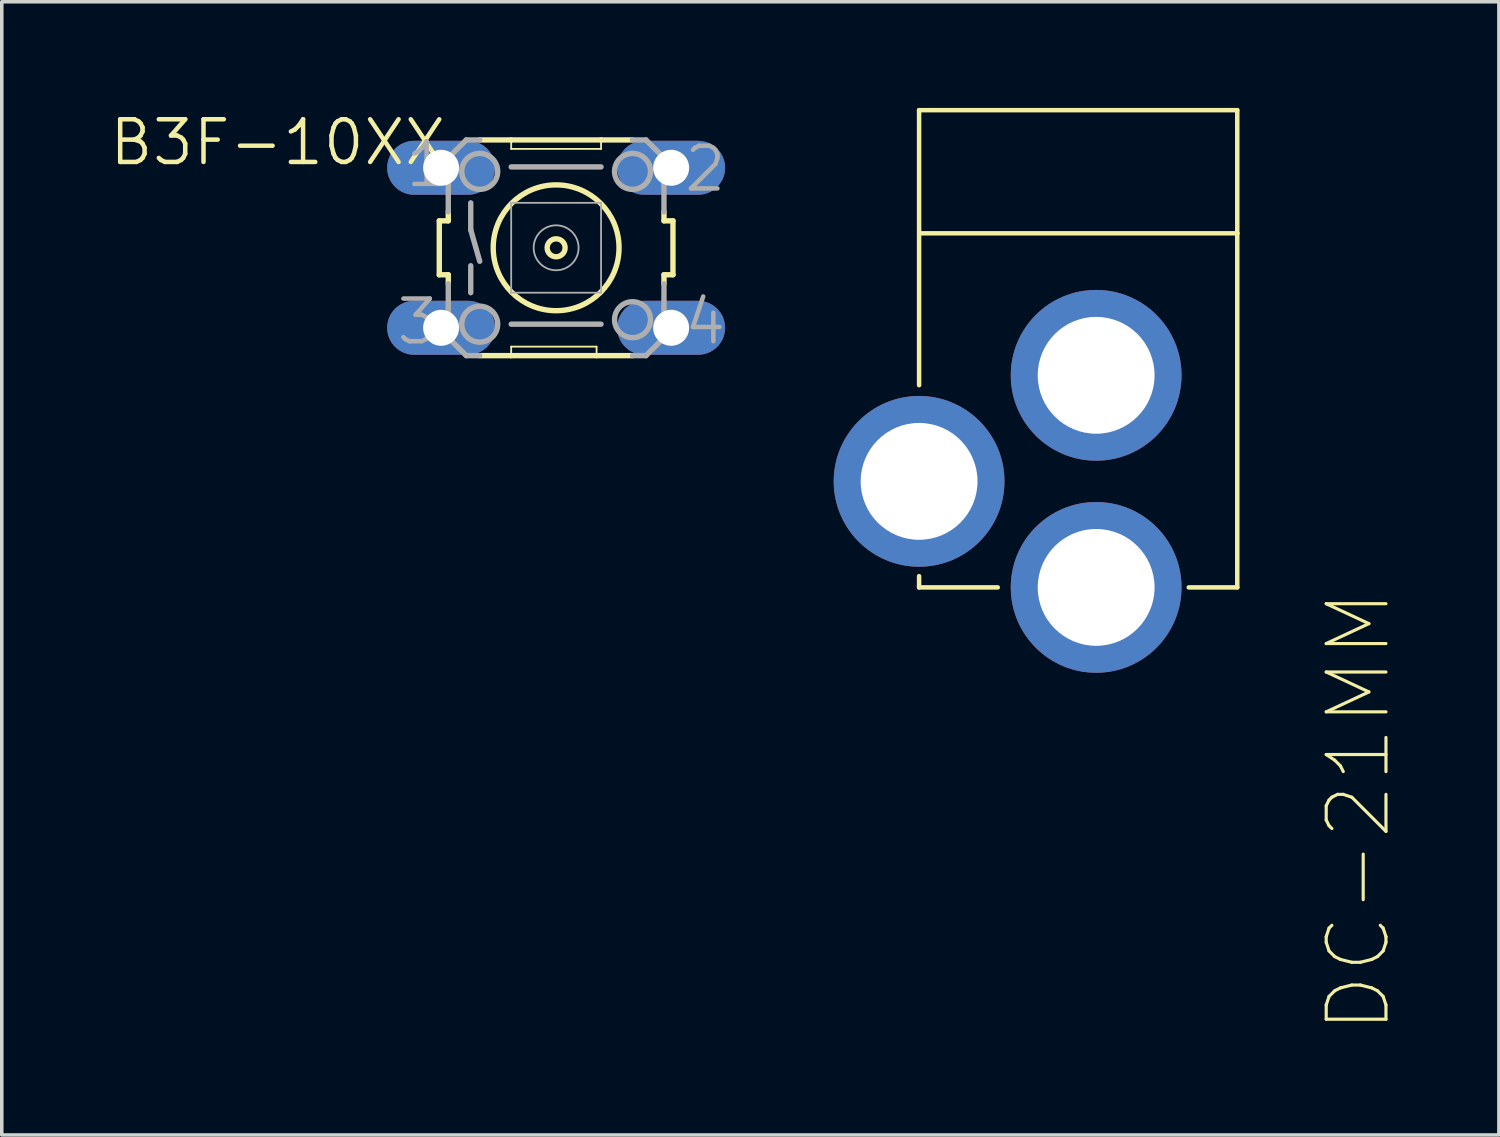
<source format=kicad_pcb>
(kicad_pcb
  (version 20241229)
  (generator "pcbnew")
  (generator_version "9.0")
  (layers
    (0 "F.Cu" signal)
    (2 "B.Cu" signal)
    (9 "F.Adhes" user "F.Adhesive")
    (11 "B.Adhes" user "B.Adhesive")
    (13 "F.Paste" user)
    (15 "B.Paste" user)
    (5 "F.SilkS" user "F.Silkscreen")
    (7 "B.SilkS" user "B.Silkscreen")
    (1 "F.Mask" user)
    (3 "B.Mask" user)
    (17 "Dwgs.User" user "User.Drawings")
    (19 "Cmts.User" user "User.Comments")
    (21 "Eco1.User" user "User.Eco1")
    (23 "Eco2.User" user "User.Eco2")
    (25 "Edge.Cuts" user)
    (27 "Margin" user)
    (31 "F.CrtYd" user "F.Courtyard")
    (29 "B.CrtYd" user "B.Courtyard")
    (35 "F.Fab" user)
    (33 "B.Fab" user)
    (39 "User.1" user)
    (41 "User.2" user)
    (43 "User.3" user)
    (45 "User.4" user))
  (footprint "B3F-10XX"
    (layer "F.Cu")
    (at 12.667 3.953)
    (property "Reference" "B3F-10XX" (at -3.048 -3.683 0) (layer "F.SilkS") (effects (font (size 1.206 1.206) (thickness 0.127)) (justify right top)))
    (attr through_hole)
    (fp_line (start -3.302 -0.762) (end -3.302 0.762) (stroke (width 0.152) (type solid)) (layer "F.SilkS"))
    (fp_line (start -3.302 -0.762) (end -3.048 -0.762) (stroke (width 0.152) (type solid)) (layer "F.SilkS"))
    (fp_line (start -3.048 -0.762) (end -3.048 -1.016) (stroke (width 0.152) (type solid)) (layer "F.SilkS"))
    (fp_line (start -3.048 0.762) (end -3.302 0.762) (stroke (width 0.152) (type solid)) (layer "F.SilkS"))
    (fp_line (start -3.048 0.762) (end -3.048 1.016) (stroke (width 0.152) (type solid)) (layer "F.SilkS"))
    (fp_line (start -2.159 3.048) (end -1.27 3.048) (stroke (width 0.152) (type solid)) (layer "F.SilkS"))
    (fp_line (start -1.27 -3.048) (end -2.159 -3.048) (stroke (width 0.152) (type solid)) (layer "F.SilkS"))
    (fp_line (start -1.27 -3.048) (end -1.27 -2.794) (stroke (width 0.051) (type solid)) (layer "F.SilkS"))
    (fp_line (start -1.27 2.794) (end -1.27 3.048) (stroke (width 0.051) (type solid)) (layer "F.SilkS"))
    (fp_line (start -1.27 3.048) (end 1.143 3.048) (stroke (width 0.152) (type solid)) (layer "F.SilkS"))
    (fp_line (start 1.143 2.794) (end -1.27 2.794) (stroke (width 0.051) (type solid)) (layer "F.SilkS"))
    (fp_line (start 1.143 2.794) (end 1.143 3.048) (stroke (width 0.051) (type solid)) (layer "F.SilkS"))
    (fp_line (start 1.143 3.048) (end 2.159 3.048) (stroke (width 0.152) (type solid)) (layer "F.SilkS"))
    (fp_line (start 1.27 -3.048) (end -1.27 -3.048) (stroke (width 0.152) (type solid)) (layer "F.SilkS"))
    (fp_line (start 1.27 -2.794) (end -1.27 -2.794) (stroke (width 0.051) (type solid)) (layer "F.SilkS"))
    (fp_line (start 1.27 -2.794) (end 1.27 -3.048) (stroke (width 0.051) (type solid)) (layer "F.SilkS"))
    (fp_line (start 2.159 -3.048) (end 1.27 -3.048) (stroke (width 0.152) (type solid)) (layer "F.SilkS"))
    (fp_line (start 3.048 -0.762) (end 3.048 -1.016) (stroke (width 0.152) (type solid)) (layer "F.SilkS"))
    (fp_line (start 3.048 -0.762) (end 3.302 -0.762) (stroke (width 0.152) (type solid)) (layer "F.SilkS"))
    (fp_line (start 3.048 0.762) (end 3.048 1.016) (stroke (width 0.152) (type solid)) (layer "F.SilkS"))
    (fp_line (start 3.302 0.762) (end 3.048 0.762) (stroke (width 0.152) (type solid)) (layer "F.SilkS"))
    (fp_line (start 3.302 0.762) (end 3.302 -0.762) (stroke (width 0.152) (type solid)) (layer "F.SilkS"))
    (fp_circle (center 0 0) (end 0.254 0) (stroke (width 0.152) (type solid)) (fill no) (layer "F.SilkS"))
    (fp_circle (center 0 0) (end 1.778 0) (stroke (width 0.152) (type solid)) (fill no) (layer "F.SilkS"))
    (fp_line (start -3.048 -2.54) (end -3.048 -1.016) (stroke (width 0.152) (type solid)) (layer "F.Fab"))
    (fp_line (start -3.048 2.54) (end -3.048 1.016) (stroke (width 0.152) (type solid)) (layer "F.Fab"))
    (fp_line (start -2.54 -3.048) (end -3.048 -2.54) (stroke (width 0.152) (type solid)) (layer "F.Fab"))
    (fp_line (start -2.54 -3.048) (end -2.159 -3.048) (stroke (width 0.152) (type solid)) (layer "F.Fab"))
    (fp_line (start -2.54 3.048) (end -3.048 2.54) (stroke (width 0.152) (type solid)) (layer "F.Fab"))
    (fp_line (start -2.54 3.048) (end -2.159 3.048) (stroke (width 0.152) (type solid)) (layer "F.Fab"))
    (fp_line (start -2.413 -1.27) (end -2.413 -0.508) (stroke (width 0.152) (type solid)) (layer "F.Fab"))
    (fp_line (start -2.413 -0.508) (end -2.159 0.381) (stroke (width 0.152) (type solid)) (layer "F.Fab"))
    (fp_line (start -2.413 0.508) (end -2.413 1.27) (stroke (width 0.152) (type solid)) (layer "F.Fab"))
    (fp_line (start -1.27 -1.27) (end -1.27 1.27) (stroke (width 0.051) (type solid)) (layer "F.Fab"))
    (fp_line (start -1.27 -1.27) (end 1.27 -1.27) (stroke (width 0.051) (type solid)) (layer "F.Fab"))
    (fp_line (start -1.27 2.159) (end 1.27 2.159) (stroke (width 0.152) (type solid)) (layer "F.Fab"))
    (fp_line (start 1.27 -2.286) (end -1.27 -2.286) (stroke (width 0.152) (type solid)) (layer "F.Fab"))
    (fp_line (start 1.27 1.27) (end -1.27 1.27) (stroke (width 0.051) (type solid)) (layer "F.Fab"))
    (fp_line (start 1.27 1.27) (end 1.27 -1.27) (stroke (width 0.051) (type solid)) (layer "F.Fab"))
    (fp_line (start 2.54 -3.048) (end 2.159 -3.048) (stroke (width 0.152) (type solid)) (layer "F.Fab"))
    (fp_line (start 2.54 3.048) (end 2.159 3.048) (stroke (width 0.152) (type solid)) (layer "F.Fab"))
    (fp_line (start 2.54 3.048) (end 3.048 2.54) (stroke (width 0.152) (type solid)) (layer "F.Fab"))
    (fp_line (start 3.048 -2.54) (end 2.54 -3.048) (stroke (width 0.152) (type solid)) (layer "F.Fab"))
    (fp_line (start 3.048 -1.016) (end 3.048 -2.54) (stroke (width 0.152) (type solid)) (layer "F.Fab"))
    (fp_line (start 3.048 2.54) (end 3.048 1.016) (stroke (width 0.152) (type solid)) (layer "F.Fab"))
    (fp_circle (center -2.159 -2.159) (end -1.651 -2.159) (stroke (width 0.152) (type solid)) (fill no) (layer "F.Fab"))
    (fp_circle (center -2.159 2.159) (end -1.651 2.159) (stroke (width 0.152) (type solid)) (fill no) (layer "F.Fab"))
    (fp_circle (center 0 0) (end 0.635 0) (stroke (width 0.051) (type solid)) (fill no) (layer "F.Fab"))
    (fp_circle (center 2.159 -2.159) (end 2.667 -2.159) (stroke (width 0.152) (type solid)) (fill no) (layer "F.Fab"))
    (fp_circle (center 2.159 2.032) (end 2.667 2.032) (stroke (width 0.152) (type solid)) (fill no) (layer "F.Fab"))
    (fp_text user "3" (at -4.572 2.794 0) (layer "F.Fab") (effects (font (size 1.206 1.206) (thickness 0.127)) (justify left bottom)))
    (fp_text user "2" (at 3.556 -1.524 0) (layer "F.Fab") (effects (font (size 1.206 1.206) (thickness 0.127)) (justify left bottom)))
    (fp_text user "1" (at -4.318 -1.651 0) (layer "F.Fab") (effects (font (size 1.206 1.206) (thickness 0.127)) (justify left bottom)))
    (fp_text user "4" (at 3.556 2.794 0) (layer "F.Fab") (effects (font (size 1.206 1.206) (thickness 0.127)) (justify left bottom)))
    (pad "1" thru_hole oval (at -3.251 -2.261) (size 3.048 1.524) (drill 1.016) (layers "*.Cu" "*.Mask"))
    (pad "2" thru_hole oval (at 3.251 -2.261) (size 3.048 1.524) (drill 1.016) (layers "*.Cu" "*.Mask"))
    (pad "3" thru_hole oval (at -3.251 2.261) (size 3.048 1.524) (drill 1.016) (layers "*.Cu" "*.Mask"))
    (pad "4" thru_hole oval (at 3.251 2.261) (size 3.048 1.524) (drill 1.016) (layers "*.Cu" "*.Mask")))
  (footprint "DC-21MM"
    (layer "F.Cu")
    (at 28.005 7.201)
    (property "Reference" "DC-21MM" (at 6.35 6.35 90) (layer "F.SilkS") (effects (font (size 1.689 1.689) (thickness 0.089)) (justify right top)))
    (attr through_hole)
    (fp_line (start -5.08 -7.137) (end -5.08 0.635) (stroke (width 0.127) (type solid)) (layer "F.SilkS"))
    (fp_line (start -5.08 6.35) (end -5.08 6.032) (stroke (width 0.127) (type solid)) (layer "F.SilkS"))
    (fp_line (start -5.055 -3.658) (end 3.912 -3.658) (stroke (width 0.127) (type solid)) (layer "F.SilkS"))
    (fp_line (start -2.857 6.35) (end -5.08 6.35) (stroke (width 0.127) (type solid)) (layer "F.SilkS"))
    (fp_line (start 2.54 6.35) (end 3.912 6.35) (stroke (width 0.127) (type solid)) (layer "F.SilkS"))
    (fp_line (start 3.912 -7.137) (end -5.08 -7.137) (stroke (width 0.127) (type solid)) (layer "F.SilkS"))
    (fp_line (start 3.912 -3.658) (end 3.912 -7.137) (stroke (width 0.127) (type solid)) (layer "F.SilkS"))
    (fp_line (start 3.912 6.35) (end 3.912 -3.658) (stroke (width 0.127) (type solid)) (layer "F.SilkS"))
    (pad "1" thru_hole circle (at -5.08 3.353) (size 4.826 4.826) (drill 3.302) (layers "*.Cu" "*.Mask"))
    (pad "2" thru_hole circle (at -0.076 6.35) (size 4.826 4.826) (drill 3.302) (layers "*.Cu" "*.Mask"))
    (pad "3" thru_hole circle (at -0.076 0.356) (size 4.826 4.826) (drill 3.302) (layers "*.Cu" "*.Mask")))
  (gr_rect
    (start -3 -3)
    (end 39.311 29.027)
    (stroke (width 0.1) (type default))
    (fill no)
    (layer "Edge.Cuts")))
</source>
